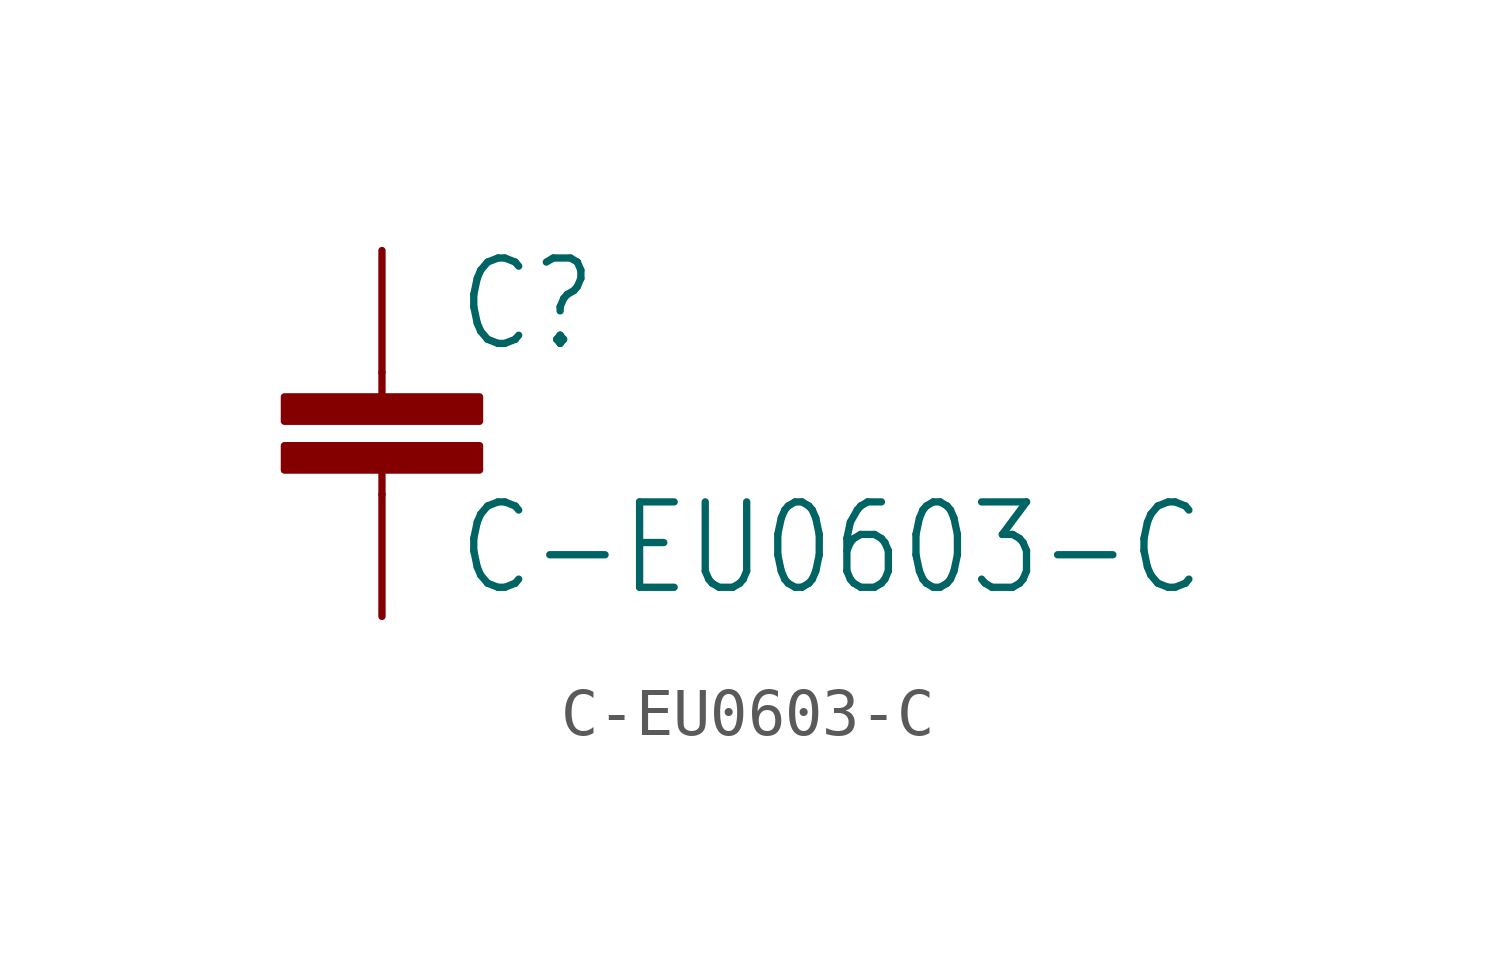
<source format=kicad_sym>
(kicad_symbol_lib
  (version 20211014)
  (generator kicad_symbol_editor)
  (symbol "C-EU0603-C"
    (property "Reference" "C"
      (at 1.524 0.381 0)
      (effects (font (size 1.778 1.511)) (justify left bottom)))
    (property "Value" "C-EU0603-C"
      (at 1.524 -4.699 0)
      (effects (font (size 1.778 1.511)) (justify left bottom)))
    (property "ki_locked" ""
      (at 0 0 0)
      (effects (font (size 1.27 1.27))))
    (symbol "C-EU0603-C_1_0"
      (rectangle (start -2.032 -2.032) (end 2.032 -1.524) (stroke (width 0) (type default)) (fill (type outline)))
      (rectangle (start -2.032 -1.016) (end 2.032 -0.508) (stroke (width 0) (type default)) (fill (type outline)))
      (polyline (pts (xy 0 -2.54) (xy 0 -2.032)) (stroke (width 0.152) (type default)) (fill (type none)))
      (polyline (pts (xy 0 0) (xy 0 -0.508)) (stroke (width 0.152) (type default)) (fill (type none)))
      (pin passive line (at 0 2.54 270) (length 2.54) (name "1" (effects (font (size 0 0)))) (number "1" (effects (font (size 0 0)))))
      (pin passive line (at 0 -5.08 90) (length 2.54) (name "2" (effects (font (size 0 0)))) (number "2" (effects (font (size 0 0))))))))
</source>
